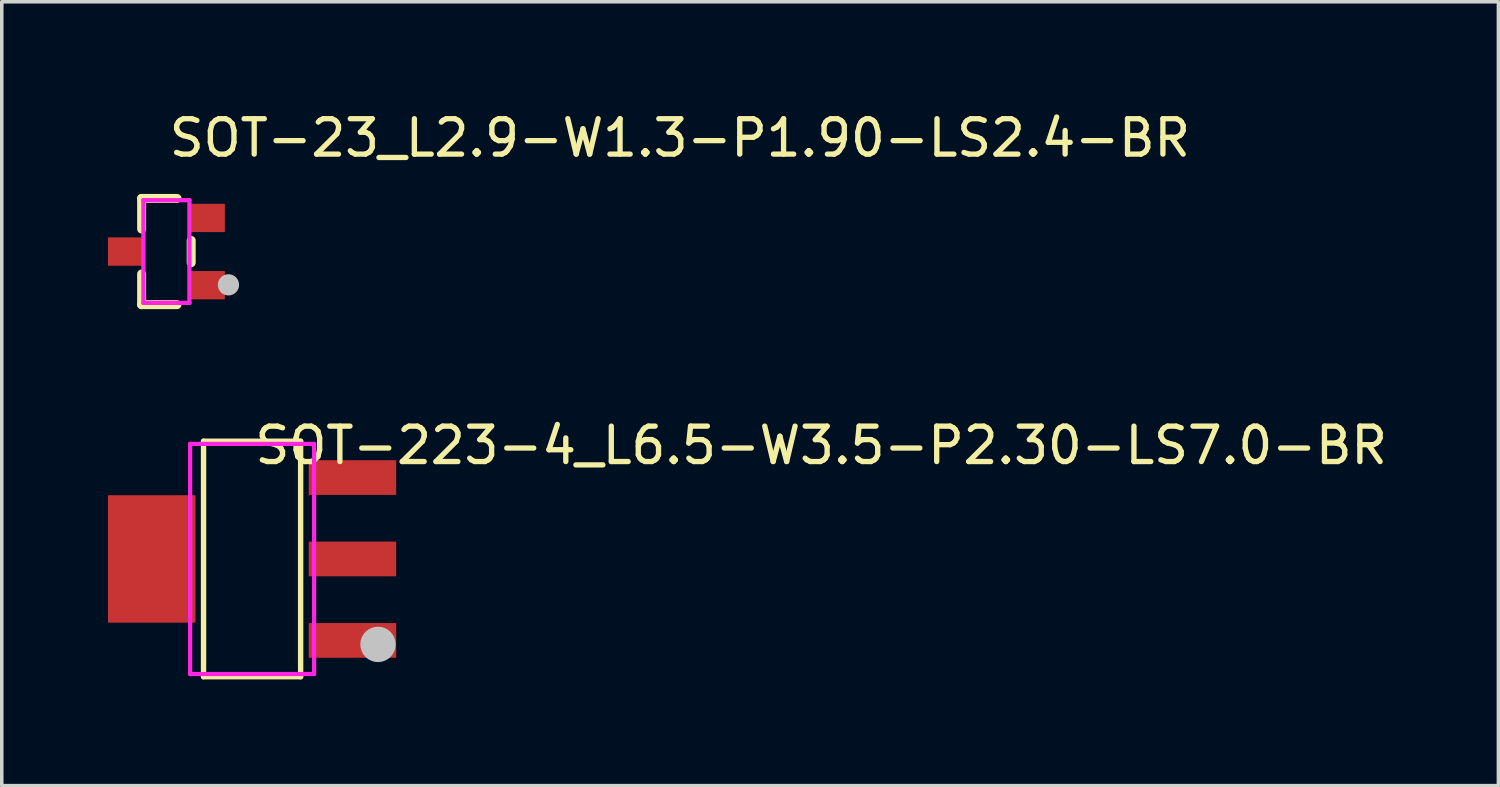
<source format=kicad_pcb>
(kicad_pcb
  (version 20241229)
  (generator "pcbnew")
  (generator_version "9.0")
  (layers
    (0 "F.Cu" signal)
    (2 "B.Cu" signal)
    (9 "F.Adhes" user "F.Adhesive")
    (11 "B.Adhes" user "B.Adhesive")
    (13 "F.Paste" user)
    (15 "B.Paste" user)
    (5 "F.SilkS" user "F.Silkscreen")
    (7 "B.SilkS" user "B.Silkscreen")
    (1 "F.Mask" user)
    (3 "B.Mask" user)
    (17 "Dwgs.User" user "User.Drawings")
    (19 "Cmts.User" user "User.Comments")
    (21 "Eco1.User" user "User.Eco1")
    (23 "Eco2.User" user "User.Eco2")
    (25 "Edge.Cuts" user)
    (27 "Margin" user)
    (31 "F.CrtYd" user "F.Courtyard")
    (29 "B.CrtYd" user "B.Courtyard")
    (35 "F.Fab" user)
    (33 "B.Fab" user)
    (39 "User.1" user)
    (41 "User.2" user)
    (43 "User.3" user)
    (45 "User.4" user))
  (footprint "SOT-23_L2.9-W1.3-P1.90-LS2.4-BR"
    (layer "F.Cu")
    (at 1.65 4.055)
    (property "Reference" "SOT-23_L2.9-W1.3-P1.90-LS2.4-BR" (at 0 -3.207 0) (layer "F.SilkS") (effects (font (size 1 1) (thickness 0.15)) (justify left)))
    (attr through_hole)
    (fp_line (start -0.7 -1.5) (end 0.3 -1.5) (stroke (width 0.254) (type solid)) (layer "F.SilkS"))
    (fp_line (start -0.7 -0.636) (end -0.7 -1.5) (stroke (width 0.254) (type solid)) (layer "F.SilkS"))
    (fp_line (start -0.7 1.5) (end -0.7 0.636) (stroke (width 0.254) (type solid)) (layer "F.SilkS"))
    (fp_line (start -0.7 1.5) (end 0.3 1.5) (stroke (width 0.254) (type solid)) (layer "F.SilkS"))
    (fp_line (start 0.7 0.314) (end 0.7 -0.314) (stroke (width 0.254) (type solid)) (layer "F.SilkS"))
    (fp_circle (center 1.753 0.94) (end 1.903 0.94) (stroke (width 0.3) (type solid)) (fill no) (layer "Dwgs.User"))
    (fp_line (start -0.81 -0.2) (end -0.64 -0.2) (stroke (width 0.12) (type solid)) (layer "Eco2.User"))
    (fp_line (start -0.81 0.2) (end -0.81 -0.2) (stroke (width 0.12) (type solid)) (layer "Eco2.User"))
    (fp_line (start -0.64 -0.2) (end -0.64 0.2) (stroke (width 0.12) (type solid)) (layer "Eco2.User"))
    (fp_line (start -0.64 0.2) (end -0.81 0.2) (stroke (width 0.12) (type solid)) (layer "Eco2.User"))
    (fp_line (start 0.64 -1.15) (end 0.81 -1.15) (stroke (width 0.12) (type solid)) (layer "Eco2.User"))
    (fp_line (start 0.64 -0.75) (end 0.64 -1.15) (stroke (width 0.12) (type solid)) (layer "Eco2.User"))
    (fp_line (start 0.64 0.75) (end 0.81 0.75) (stroke (width 0.12) (type solid)) (layer "Eco2.User"))
    (fp_line (start 0.64 1.15) (end 0.64 0.75) (stroke (width 0.12) (type solid)) (layer "Eco2.User"))
    (fp_line (start 0.81 -1.15) (end 0.81 -0.75) (stroke (width 0.12) (type solid)) (layer "Eco2.User"))
    (fp_line (start 0.81 -0.75) (end 0.64 -0.75) (stroke (width 0.12) (type solid)) (layer "Eco2.User"))
    (fp_line (start 0.81 0.75) (end 0.81 1.15) (stroke (width 0.12) (type solid)) (layer "Eco2.User"))
    (fp_line (start 0.81 1.15) (end 0.64 1.15) (stroke (width 0.12) (type solid)) (layer "Eco2.User"))
    (fp_circle (center 1.2 1.45) (end 1.23 1.45) (stroke (width 0.06) (type solid)) (fill no) (layer "Eco2.User"))
    (fp_poly (pts (xy -1.2 0.2) (xy -1.2 -0.2) (xy -0.8 -0.2) (xy -0.8 0.2)) (stroke (width 0.12) (type solid)) (fill no) (layer "Eco2.User"))
    (fp_poly (pts (xy 0.8 -0.75) (xy 0.8 -1.15) (xy 1.2 -1.15) (xy 1.2 -0.75)) (stroke (width 0.12) (type solid)) (fill no) (layer "Eco2.User"))
    (fp_poly (pts (xy 0.8 1.15) (xy 0.8 0.75) (xy 1.2 0.75) (xy 1.2 1.15)) (stroke (width 0.12) (type solid)) (fill no) (layer "Eco2.User"))
    (fp_line (start -0.65 -1.45) (end 0.65 -1.45) (stroke (width 0.12) (type solid)) (layer "F.CrtYd"))
    (fp_line (start -0.65 1.45) (end -0.65 -1.45) (stroke (width 0.12) (type solid)) (layer "F.CrtYd"))
    (fp_line (start 0.65 -1.45) (end 0.65 1.45) (stroke (width 0.12) (type solid)) (layer "F.CrtYd"))
    (fp_line (start 0.65 1.45) (end -0.65 1.45) (stroke (width 0.12) (type solid)) (layer "F.CrtYd"))
    (pad "1" smd rect (at 1.15 0.95 180) (size 1 0.8) (layers "F.Cu" "F.Mask" "F.Paste"))
    (pad "2" smd rect (at 1.15 -0.95 180) (size 1 0.8) (layers "F.Cu" "F.Mask" "F.Paste"))
    (pad "3" smd rect (at -1.15 0 180) (size 1 0.8) (layers "F.Cu" "F.Mask" "F.Paste")))
  (footprint "SOT-223-4_L6.5-W3.5-P2.30-LS7.0-BR"
    (layer "F.Cu")
    (at 4.07 12.738)
    (property "Reference" "SOT-223-4_L6.5-W3.5-P2.30-LS7.0-BR" (at 0 -3.207 0) (layer "F.SilkS") (effects (font (size 1 1) (thickness 0.15)) (justify left)))
    (attr through_hole)
    (fp_line (start -1.371 -3.326) (end 1.371 -3.326) (stroke (width 0.152) (type solid)) (layer "F.SilkS"))
    (fp_line (start -1.371 3.326) (end -1.371 -3.326) (stroke (width 0.152) (type solid)) (layer "F.SilkS"))
    (fp_line (start 1.371 -3.326) (end 1.371 3.326) (stroke (width 0.152) (type solid)) (layer "F.SilkS"))
    (fp_line (start 1.371 3.326) (end -1.371 3.326) (stroke (width 0.152) (type solid)) (layer "F.SilkS"))
    (fp_circle (center 3.556 2.413) (end 3.806 2.413) (stroke (width 0.5) (type solid)) (fill no) (layer "Dwgs.User"))
    (fp_line (start -2.56 -1.5) (end -1.74 -1.5) (stroke (width 0.12) (type solid)) (layer "Eco2.User"))
    (fp_line (start -2.56 1.5) (end -2.56 -1.5) (stroke (width 0.12) (type solid)) (layer "Eco2.User"))
    (fp_line (start -1.74 -1.5) (end -1.74 1.5) (stroke (width 0.12) (type solid)) (layer "Eco2.User"))
    (fp_line (start -1.74 1.5) (end -2.56 1.5) (stroke (width 0.12) (type solid)) (layer "Eco2.User"))
    (fp_line (start 1.74 -2.65) (end 2.56 -2.65) (stroke (width 0.12) (type solid)) (layer "Eco2.User"))
    (fp_line (start 1.74 -1.95) (end 1.74 -2.65) (stroke (width 0.12) (type solid)) (layer "Eco2.User"))
    (fp_line (start 1.74 -0.35) (end 2.56 -0.35) (stroke (width 0.12) (type solid)) (layer "Eco2.User"))
    (fp_line (start 1.74 0.35) (end 1.74 -0.35) (stroke (width 0.12) (type solid)) (layer "Eco2.User"))
    (fp_line (start 1.74 1.95) (end 2.56 1.95) (stroke (width 0.12) (type solid)) (layer "Eco2.User"))
    (fp_line (start 1.74 2.65) (end 1.74 1.95) (stroke (width 0.12) (type solid)) (layer "Eco2.User"))
    (fp_line (start 2.56 -2.65) (end 2.56 -1.95) (stroke (width 0.12) (type solid)) (layer "Eco2.User"))
    (fp_line (start 2.56 -1.95) (end 1.74 -1.95) (stroke (width 0.12) (type solid)) (layer "Eco2.User"))
    (fp_line (start 2.56 -0.35) (end 2.56 0.35) (stroke (width 0.12) (type solid)) (layer "Eco2.User"))
    (fp_line (start 2.56 0.35) (end 1.74 0.35) (stroke (width 0.12) (type solid)) (layer "Eco2.User"))
    (fp_line (start 2.56 1.95) (end 2.56 2.65) (stroke (width 0.12) (type solid)) (layer "Eco2.User"))
    (fp_line (start 2.56 2.65) (end 1.74 2.65) (stroke (width 0.12) (type solid)) (layer "Eco2.User"))
    (fp_circle (center 3.5 3.25) (end 3.53 3.25) (stroke (width 0.06) (type solid)) (fill no) (layer "Eco2.User"))
    (fp_poly (pts (xy -2.55 1.5) (xy -2.55 -1.5) (xy -3.5 -1.5) (xy -3.5 1.5)) (stroke (width 0.12) (type solid)) (fill no) (layer "Eco2.User"))
    (fp_poly (pts (xy 2.55 -1.95) (xy 2.55 -2.65) (xy 3.5 -2.65) (xy 3.5 -1.95)) (stroke (width 0.12) (type solid)) (fill no) (layer "Eco2.User"))
    (fp_poly (pts (xy 2.55 0.35) (xy 2.55 -0.35) (xy 3.5 -0.35) (xy 3.5 0.35)) (stroke (width 0.12) (type solid)) (fill no) (layer "Eco2.User"))
    (fp_poly (pts (xy 2.55 2.65) (xy 2.55 1.95) (xy 3.5 1.95) (xy 3.5 2.65)) (stroke (width 0.12) (type solid)) (fill no) (layer "Eco2.User"))
    (fp_line (start -1.75 -3.25) (end 1.75 -3.25) (stroke (width 0.12) (type solid)) (layer "F.CrtYd"))
    (fp_line (start -1.75 3.25) (end -1.75 -3.25) (stroke (width 0.12) (type solid)) (layer "F.CrtYd"))
    (fp_line (start 1.75 -3.25) (end 1.75 3.25) (stroke (width 0.12) (type solid)) (layer "F.CrtYd"))
    (fp_line (start 1.75 3.25) (end -1.75 3.25) (stroke (width 0.12) (type solid)) (layer "F.CrtYd"))
    (pad "1" smd rect (at 2.835 2.3) (size 2.47 0.98) (layers "F.Cu" "F.Mask" "F.Paste"))
    (pad "2" smd rect (at 2.835 0) (size 2.47 0.98) (layers "F.Cu" "F.Mask" "F.Paste"))
    (pad "3" smd rect (at 2.835 -2.3) (size 2.47 0.98) (layers "F.Cu" "F.Mask" "F.Paste"))
    (pad "4" smd rect (at -2.835 0) (size 2.47 3.6) (layers "F.Cu" "F.Mask" "F.Paste")))
  (gr_rect
    (start -3 -3)
    (end 39.272 19.14)
    (stroke (width 0.1) (type default))
    (fill no)
    (layer "Edge.Cuts")))
</source>
